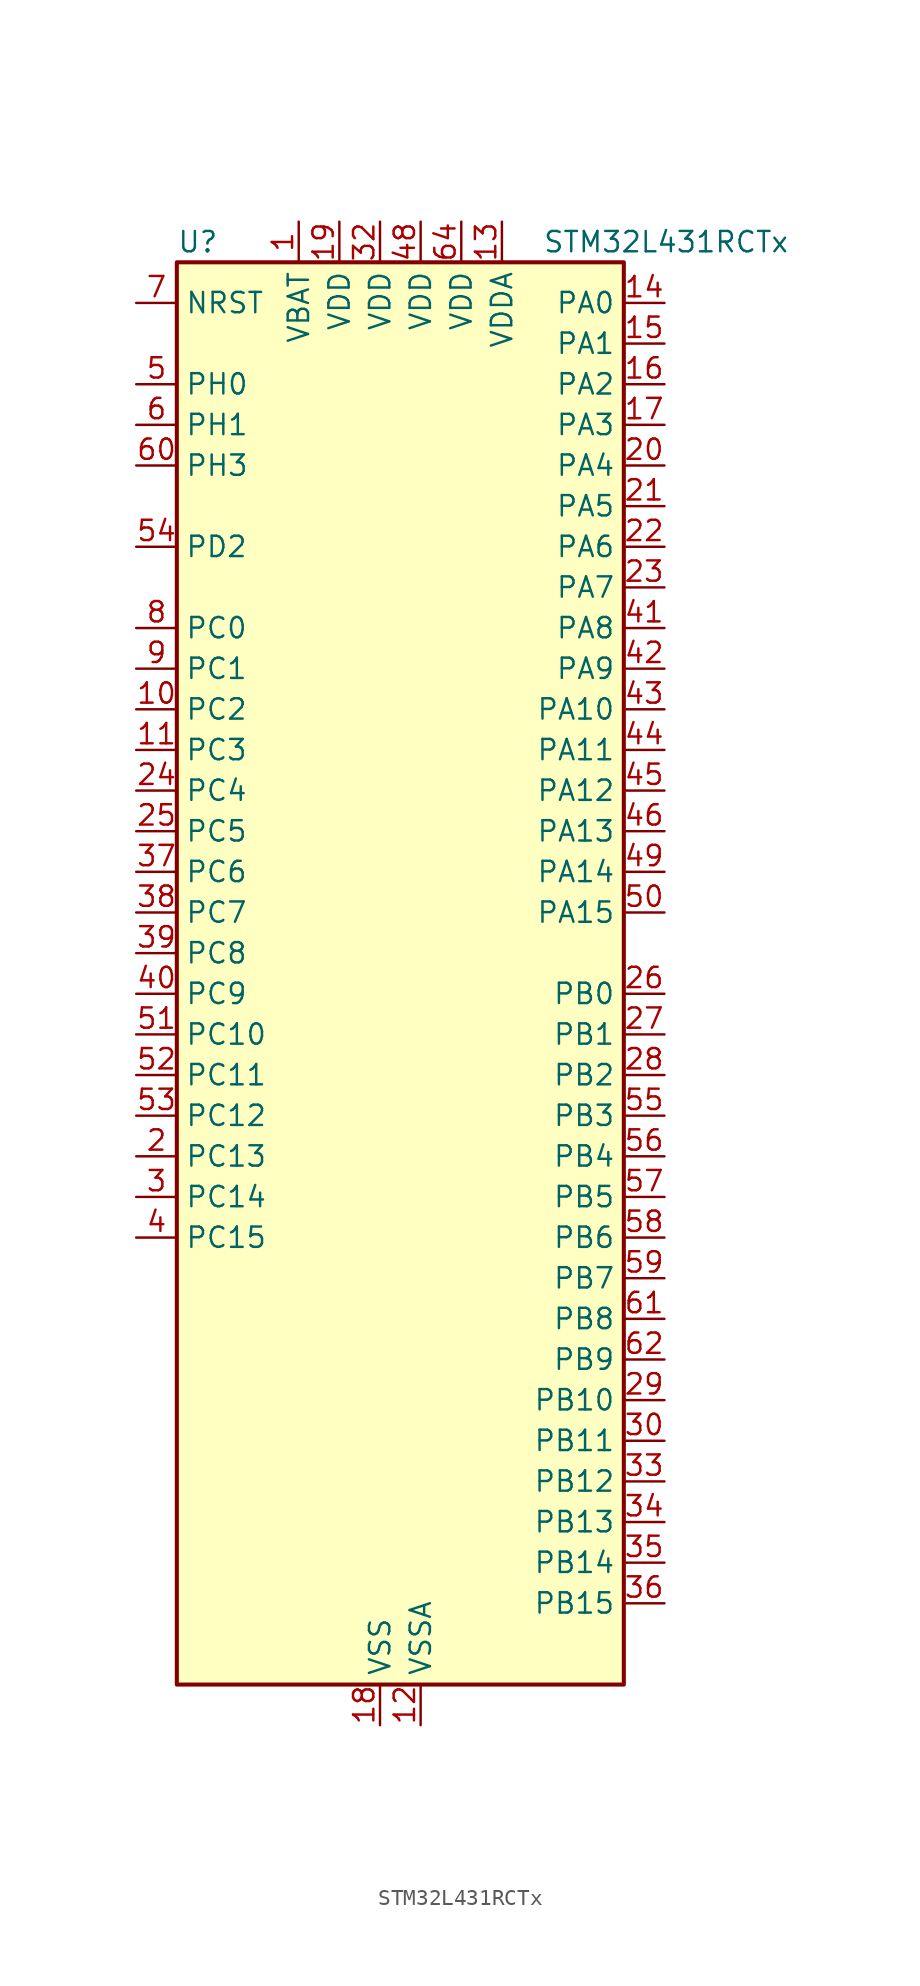
<source format=kicad_sym>
(kicad_symbol_lib
  (version 20220914)
  (generator kicad_symbol_editor)
  (symbol "STM32L431RCTx"
    (property "Reference" "U"
      (at -12.7 46.99 0)
      (effects (font (size 1.27 1.27)) (justify left)))
    (property "Value" "STM32L431RCTx"
      (at 10.16 46.99 0)
      (effects (font (size 1.27 1.27)) (justify left)))
    (property "ki_locked" ""
      (at 0 0 0)
      (effects (font (size 1.27 1.27))))
    (symbol "STM32L431RCTx_0_1"
      (rectangle (start -12.7 -43.18) (end 15.24 45.72) (stroke (width 0.254) (type default)) (fill (type background))))
    (symbol "STM32L431RCTx_1_1"
      (pin power_in line (at -5.08 48.26 270) (length 2.54) (name "VBAT" (effects (font (size 1.27 1.27)))) (number "1" (effects (font (size 1.27 1.27)))))
      (pin bidirectional line (at -15.24 17.78 0) (length 2.54) (name "PC2" (effects (font (size 1.27 1.27)))) (number "10" (effects (font (size 1.27 1.27)))) (alternate "ADC1_IN3" bidirectional line) (alternate "LPTIM1_IN2" bidirectional line) (alternate "SPI2_MISO" bidirectional line))
      (pin bidirectional line (at -15.24 15.24 0) (length 2.54) (name "PC3" (effects (font (size 1.27 1.27)))) (number "11" (effects (font (size 1.27 1.27)))) (alternate "ADC1_IN4" bidirectional line) (alternate "LPTIM1_ETR" bidirectional line) (alternate "LPTIM2_ETR" bidirectional line) (alternate "SAI1_SD_A" bidirectional line) (alternate "SPI2_MOSI" bidirectional line))
      (pin power_in line (at 2.54 -45.72 90) (length 2.54) (name "VSSA" (effects (font (size 1.27 1.27)))) (number "12" (effects (font (size 1.27 1.27)))))
      (pin power_in line (at 7.62 48.26 270) (length 2.54) (name "VDDA" (effects (font (size 1.27 1.27)))) (number "13" (effects (font (size 1.27 1.27)))))
      (pin bidirectional line (at 17.78 43.18 180) (length 2.54) (name "PA0" (effects (font (size 1.27 1.27)))) (number "14" (effects (font (size 1.27 1.27)))) (alternate "ADC1_IN5" bidirectional line) (alternate "COMP1_INM" bidirectional line) (alternate "COMP1_OUT" bidirectional line) (alternate "OPAMP1_VINP" bidirectional line) (alternate "RTC_TAMP2" bidirectional line) (alternate "SAI1_EXTCLK" bidirectional line) (alternate "SYS_WKUP1" bidirectional line) (alternate "TIM2_CH1" bidirectional line) (alternate "TIM2_ETR" bidirectional line) (alternate "USART2_CTS" bidirectional line))
      (pin bidirectional line (at 17.78 40.64 180) (length 2.54) (name "PA1" (effects (font (size 1.27 1.27)))) (number "15" (effects (font (size 1.27 1.27)))) (alternate "ADC1_IN6" bidirectional line) (alternate "COMP1_INP" bidirectional line) (alternate "I2C1_SMBA" bidirectional line) (alternate "OPAMP1_VINM" bidirectional line) (alternate "SPI1_SCK" bidirectional line) (alternate "TIM15_CH1N" bidirectional line) (alternate "TIM2_CH2" bidirectional line) (alternate "USART2_DE" bidirectional line) (alternate "USART2_RTS" bidirectional line))
      (pin bidirectional line (at 17.78 38.1 180) (length 2.54) (name "PA2" (effects (font (size 1.27 1.27)))) (number "16" (effects (font (size 1.27 1.27)))) (alternate "ADC1_IN7" bidirectional line) (alternate "COMP2_INM" bidirectional line) (alternate "COMP2_OUT" bidirectional line) (alternate "LPUART1_TX" bidirectional line) (alternate "QUADSPI_BK1_NCS" bidirectional line) (alternate "RCC_LSCO" bidirectional line) (alternate "SYS_WKUP4" bidirectional line) (alternate "TIM15_CH1" bidirectional line) (alternate "TIM2_CH3" bidirectional line) (alternate "USART2_TX" bidirectional line))
      (pin bidirectional line (at 17.78 35.56 180) (length 2.54) (name "PA3" (effects (font (size 1.27 1.27)))) (number "17" (effects (font (size 1.27 1.27)))) (alternate "ADC1_IN8" bidirectional line) (alternate "COMP2_INP" bidirectional line) (alternate "LPUART1_RX" bidirectional line) (alternate "OPAMP1_VOUT" bidirectional line) (alternate "QUADSPI_CLK" bidirectional line) (alternate "SAI1_MCLK_A" bidirectional line) (alternate "TIM15_CH2" bidirectional line) (alternate "TIM2_CH4" bidirectional line) (alternate "USART2_RX" bidirectional line))
      (pin power_in line (at 0 -45.72 90) (length 2.54) (name "VSS" (effects (font (size 1.27 1.27)))) (number "18" (effects (font (size 1.27 1.27)))))
      (pin power_in line (at -2.54 48.26 270) (length 2.54) (name "VDD" (effects (font (size 1.27 1.27)))) (number "19" (effects (font (size 1.27 1.27)))))
      (pin bidirectional line (at -15.24 -10.16 0) (length 2.54) (name "PC13" (effects (font (size 1.27 1.27)))) (number "2" (effects (font (size 1.27 1.27)))) (alternate "RTC_OUT_ALARM" bidirectional line) (alternate "RTC_OUT_CALIB" bidirectional line) (alternate "RTC_TAMP1" bidirectional line) (alternate "RTC_TS" bidirectional line) (alternate "SYS_WKUP2" bidirectional line))
      (pin bidirectional line (at 17.78 33.02 180) (length 2.54) (name "PA4" (effects (font (size 1.27 1.27)))) (number "20" (effects (font (size 1.27 1.27)))) (alternate "ADC1_IN9" bidirectional line) (alternate "COMP1_INM" bidirectional line) (alternate "COMP2_INM" bidirectional line) (alternate "DAC1_OUT1" bidirectional line) (alternate "LPTIM2_OUT" bidirectional line) (alternate "SAI1_FS_B" bidirectional line) (alternate "SPI1_NSS" bidirectional line) (alternate "SPI3_NSS" bidirectional line) (alternate "USART2_CK" bidirectional line))
      (pin bidirectional line (at 17.78 30.48 180) (length 2.54) (name "PA5" (effects (font (size 1.27 1.27)))) (number "21" (effects (font (size 1.27 1.27)))) (alternate "ADC1_IN10" bidirectional line) (alternate "COMP1_INM" bidirectional line) (alternate "COMP2_INM" bidirectional line) (alternate "DAC1_OUT2" bidirectional line) (alternate "LPTIM2_ETR" bidirectional line) (alternate "SPI1_SCK" bidirectional line) (alternate "TIM2_CH1" bidirectional line) (alternate "TIM2_ETR" bidirectional line))
      (pin bidirectional line (at 17.78 27.94 180) (length 2.54) (name "PA6" (effects (font (size 1.27 1.27)))) (number "22" (effects (font (size 1.27 1.27)))) (alternate "ADC1_IN11" bidirectional line) (alternate "COMP1_OUT" bidirectional line) (alternate "LPUART1_CTS" bidirectional line) (alternate "QUADSPI_BK1_IO3" bidirectional line) (alternate "SPI1_MISO" bidirectional line) (alternate "TIM16_CH1" bidirectional line) (alternate "TIM1_BKIN" bidirectional line) (alternate "TIM1_BKIN_COMP2" bidirectional line) (alternate "USART3_CTS" bidirectional line))
      (pin bidirectional line (at 17.78 25.4 180) (length 2.54) (name "PA7" (effects (font (size 1.27 1.27)))) (number "23" (effects (font (size 1.27 1.27)))) (alternate "ADC1_IN12" bidirectional line) (alternate "COMP2_OUT" bidirectional line) (alternate "I2C3_SCL" bidirectional line) (alternate "QUADSPI_BK1_IO2" bidirectional line) (alternate "SPI1_MOSI" bidirectional line) (alternate "TIM1_CH1N" bidirectional line))
      (pin bidirectional line (at -15.24 12.7 0) (length 2.54) (name "PC4" (effects (font (size 1.27 1.27)))) (number "24" (effects (font (size 1.27 1.27)))) (alternate "ADC1_IN13" bidirectional line) (alternate "COMP1_INM" bidirectional line) (alternate "USART3_TX" bidirectional line))
      (pin bidirectional line (at -15.24 10.16 0) (length 2.54) (name "PC5" (effects (font (size 1.27 1.27)))) (number "25" (effects (font (size 1.27 1.27)))) (alternate "ADC1_IN14" bidirectional line) (alternate "COMP1_INP" bidirectional line) (alternate "SYS_WKUP5" bidirectional line) (alternate "USART3_RX" bidirectional line))
      (pin bidirectional line (at 17.78 0 180) (length 2.54) (name "PB0" (effects (font (size 1.27 1.27)))) (number "26" (effects (font (size 1.27 1.27)))) (alternate "ADC1_IN15" bidirectional line) (alternate "COMP1_OUT" bidirectional line) (alternate "QUADSPI_BK1_IO1" bidirectional line) (alternate "SAI1_EXTCLK" bidirectional line) (alternate "SPI1_NSS" bidirectional line) (alternate "TIM1_CH2N" bidirectional line) (alternate "USART3_CK" bidirectional line))
      (pin bidirectional line (at 17.78 -2.54 180) (length 2.54) (name "PB1" (effects (font (size 1.27 1.27)))) (number "27" (effects (font (size 1.27 1.27)))) (alternate "ADC1_IN16" bidirectional line) (alternate "COMP1_INM" bidirectional line) (alternate "LPTIM2_IN1" bidirectional line) (alternate "LPUART1_DE" bidirectional line) (alternate "LPUART1_RTS" bidirectional line) (alternate "QUADSPI_BK1_IO0" bidirectional line) (alternate "TIM1_CH3N" bidirectional line) (alternate "USART3_DE" bidirectional line) (alternate "USART3_RTS" bidirectional line))
      (pin bidirectional line (at 17.78 -5.08 180) (length 2.54) (name "PB2" (effects (font (size 1.27 1.27)))) (number "28" (effects (font (size 1.27 1.27)))) (alternate "COMP1_INP" bidirectional line) (alternate "I2C3_SMBA" bidirectional line) (alternate "LPTIM1_OUT" bidirectional line) (alternate "RTC_OUT_ALARM" bidirectional line) (alternate "RTC_OUT_CALIB" bidirectional line))
      (pin bidirectional line (at 17.78 -25.4 180) (length 2.54) (name "PB10" (effects (font (size 1.27 1.27)))) (number "29" (effects (font (size 1.27 1.27)))) (alternate "COMP1_OUT" bidirectional line) (alternate "I2C2_SCL" bidirectional line) (alternate "LPUART1_RX" bidirectional line) (alternate "QUADSPI_CLK" bidirectional line) (alternate "SAI1_SCK_A" bidirectional line) (alternate "SPI2_SCK" bidirectional line) (alternate "TIM2_CH3" bidirectional line) (alternate "TSC_SYNC" bidirectional line) (alternate "USART3_TX" bidirectional line))
      (pin bidirectional line (at -15.24 -12.7 0) (length 2.54) (name "PC14" (effects (font (size 1.27 1.27)))) (number "3" (effects (font (size 1.27 1.27)))) (alternate "RCC_OSC32_IN" bidirectional line))
      (pin bidirectional line (at 17.78 -27.94 180) (length 2.54) (name "PB11" (effects (font (size 1.27 1.27)))) (number "30" (effects (font (size 1.27 1.27)))) (alternate "ADC1_EXTI11" bidirectional line) (alternate "COMP2_OUT" bidirectional line) (alternate "I2C2_SDA" bidirectional line) (alternate "LPUART1_TX" bidirectional line) (alternate "QUADSPI_BK1_NCS" bidirectional line) (alternate "TIM2_CH4" bidirectional line) (alternate "USART3_RX" bidirectional line))
      (pin passive line (at 0 -45.72 90) (length 2.54) hide (name "VSS" (effects (font (size 1.27 1.27)))) (number "31" (effects (font (size 1.27 1.27)))))
      (pin power_in line (at 0 48.26 270) (length 2.54) (name "VDD" (effects (font (size 1.27 1.27)))) (number "32" (effects (font (size 1.27 1.27)))))
      (pin bidirectional line (at 17.78 -30.48 180) (length 2.54) (name "PB12" (effects (font (size 1.27 1.27)))) (number "33" (effects (font (size 1.27 1.27)))) (alternate "I2C2_SMBA" bidirectional line) (alternate "LPUART1_DE" bidirectional line) (alternate "LPUART1_RTS" bidirectional line) (alternate "SAI1_FS_A" bidirectional line) (alternate "SPI2_NSS" bidirectional line) (alternate "SWPMI1_IO" bidirectional line) (alternate "TIM15_BKIN" bidirectional line) (alternate "TIM1_BKIN" bidirectional line) (alternate "TIM1_BKIN_COMP2" bidirectional line) (alternate "TSC_G1_IO1" bidirectional line) (alternate "USART3_CK" bidirectional line))
      (pin bidirectional line (at 17.78 -33.02 180) (length 2.54) (name "PB13" (effects (font (size 1.27 1.27)))) (number "34" (effects (font (size 1.27 1.27)))) (alternate "I2C2_SCL" bidirectional line) (alternate "LPUART1_CTS" bidirectional line) (alternate "SAI1_SCK_A" bidirectional line) (alternate "SPI2_SCK" bidirectional line) (alternate "SWPMI1_TX" bidirectional line) (alternate "TIM15_CH1N" bidirectional line) (alternate "TIM1_CH1N" bidirectional line) (alternate "TSC_G1_IO2" bidirectional line) (alternate "USART3_CTS" bidirectional line))
      (pin bidirectional line (at 17.78 -35.56 180) (length 2.54) (name "PB14" (effects (font (size 1.27 1.27)))) (number "35" (effects (font (size 1.27 1.27)))) (alternate "I2C2_SDA" bidirectional line) (alternate "SAI1_MCLK_A" bidirectional line) (alternate "SPI2_MISO" bidirectional line) (alternate "SWPMI1_RX" bidirectional line) (alternate "TIM15_CH1" bidirectional line) (alternate "TIM1_CH2N" bidirectional line) (alternate "TSC_G1_IO3" bidirectional line) (alternate "USART3_DE" bidirectional line) (alternate "USART3_RTS" bidirectional line))
      (pin bidirectional line (at 17.78 -38.1 180) (length 2.54) (name "PB15" (effects (font (size 1.27 1.27)))) (number "36" (effects (font (size 1.27 1.27)))) (alternate "ADC1_EXTI15" bidirectional line) (alternate "RTC_REFIN" bidirectional line) (alternate "SAI1_SD_A" bidirectional line) (alternate "SPI2_MOSI" bidirectional line) (alternate "SWPMI1_SUSPEND" bidirectional line) (alternate "TIM15_CH2" bidirectional line) (alternate "TIM1_CH3N" bidirectional line) (alternate "TSC_G1_IO4" bidirectional line))
      (pin bidirectional line (at -15.24 7.62 0) (length 2.54) (name "PC6" (effects (font (size 1.27 1.27)))) (number "37" (effects (font (size 1.27 1.27)))) (alternate "SDMMC1_D6" bidirectional line) (alternate "TSC_G4_IO1" bidirectional line))
      (pin bidirectional line (at -15.24 5.08 0) (length 2.54) (name "PC7" (effects (font (size 1.27 1.27)))) (number "38" (effects (font (size 1.27 1.27)))) (alternate "SDMMC1_D7" bidirectional line) (alternate "TSC_G4_IO2" bidirectional line))
      (pin bidirectional line (at -15.24 2.54 0) (length 2.54) (name "PC8" (effects (font (size 1.27 1.27)))) (number "39" (effects (font (size 1.27 1.27)))) (alternate "SDMMC1_D0" bidirectional line) (alternate "TSC_G4_IO3" bidirectional line))
      (pin bidirectional line (at -15.24 -15.24 0) (length 2.54) (name "PC15" (effects (font (size 1.27 1.27)))) (number "4" (effects (font (size 1.27 1.27)))) (alternate "ADC1_EXTI15" bidirectional line) (alternate "RCC_OSC32_OUT" bidirectional line))
      (pin bidirectional line (at -15.24 0 0) (length 2.54) (name "PC9" (effects (font (size 1.27 1.27)))) (number "40" (effects (font (size 1.27 1.27)))) (alternate "DAC1_EXTI9" bidirectional line) (alternate "SDMMC1_D1" bidirectional line) (alternate "TSC_G4_IO4" bidirectional line))
      (pin bidirectional line (at 17.78 22.86 180) (length 2.54) (name "PA8" (effects (font (size 1.27 1.27)))) (number "41" (effects (font (size 1.27 1.27)))) (alternate "LPTIM2_OUT" bidirectional line) (alternate "RCC_MCO" bidirectional line) (alternate "SAI1_SCK_A" bidirectional line) (alternate "SWPMI1_IO" bidirectional line) (alternate "TIM1_CH1" bidirectional line) (alternate "USART1_CK" bidirectional line))
      (pin bidirectional line (at 17.78 20.32 180) (length 2.54) (name "PA9" (effects (font (size 1.27 1.27)))) (number "42" (effects (font (size 1.27 1.27)))) (alternate "DAC1_EXTI9" bidirectional line) (alternate "I2C1_SCL" bidirectional line) (alternate "SAI1_FS_A" bidirectional line) (alternate "TIM15_BKIN" bidirectional line) (alternate "TIM1_CH2" bidirectional line) (alternate "USART1_TX" bidirectional line))
      (pin bidirectional line (at 17.78 17.78 180) (length 2.54) (name "PA10" (effects (font (size 1.27 1.27)))) (number "43" (effects (font (size 1.27 1.27)))) (alternate "I2C1_SDA" bidirectional line) (alternate "SAI1_SD_A" bidirectional line) (alternate "TIM1_CH3" bidirectional line) (alternate "USART1_RX" bidirectional line))
      (pin bidirectional line (at 17.78 15.24 180) (length 2.54) (name "PA11" (effects (font (size 1.27 1.27)))) (number "44" (effects (font (size 1.27 1.27)))) (alternate "ADC1_EXTI11" bidirectional line) (alternate "CAN1_RX" bidirectional line) (alternate "COMP1_OUT" bidirectional line) (alternate "SPI1_MISO" bidirectional line) (alternate "TIM1_BKIN2" bidirectional line) (alternate "TIM1_BKIN2_COMP1" bidirectional line) (alternate "TIM1_CH4" bidirectional line) (alternate "USART1_CTS" bidirectional line))
      (pin bidirectional line (at 17.78 12.7 180) (length 2.54) (name "PA12" (effects (font (size 1.27 1.27)))) (number "45" (effects (font (size 1.27 1.27)))) (alternate "CAN1_TX" bidirectional line) (alternate "SPI1_MOSI" bidirectional line) (alternate "TIM1_ETR" bidirectional line) (alternate "USART1_DE" bidirectional line) (alternate "USART1_RTS" bidirectional line))
      (pin bidirectional line (at 17.78 10.16 180) (length 2.54) (name "PA13" (effects (font (size 1.27 1.27)))) (number "46" (effects (font (size 1.27 1.27)))) (alternate "IR_OUT" bidirectional line) (alternate "SAI1_SD_B" bidirectional line) (alternate "SWPMI1_TX" bidirectional line) (alternate "SYS_JTMS-SWDIO" bidirectional line))
      (pin passive line (at 0 -45.72 90) (length 2.54) hide (name "VSS" (effects (font (size 1.27 1.27)))) (number "47" (effects (font (size 1.27 1.27)))))
      (pin power_in line (at 2.54 48.26 270) (length 2.54) (name "VDD" (effects (font (size 1.27 1.27)))) (number "48" (effects (font (size 1.27 1.27)))))
      (pin bidirectional line (at 17.78 7.62 180) (length 2.54) (name "PA14" (effects (font (size 1.27 1.27)))) (number "49" (effects (font (size 1.27 1.27)))) (alternate "I2C1_SMBA" bidirectional line) (alternate "LPTIM1_OUT" bidirectional line) (alternate "SAI1_FS_B" bidirectional line) (alternate "SWPMI1_RX" bidirectional line) (alternate "SYS_JTCK-SWCLK" bidirectional line))
      (pin bidirectional line (at -15.24 38.1 0) (length 2.54) (name "PH0" (effects (font (size 1.27 1.27)))) (number "5" (effects (font (size 1.27 1.27)))) (alternate "RCC_OSC_IN" bidirectional line))
      (pin bidirectional line (at 17.78 5.08 180) (length 2.54) (name "PA15" (effects (font (size 1.27 1.27)))) (number "50" (effects (font (size 1.27 1.27)))) (alternate "ADC1_EXTI15" bidirectional line) (alternate "SPI1_NSS" bidirectional line) (alternate "SPI3_NSS" bidirectional line) (alternate "SWPMI1_SUSPEND" bidirectional line) (alternate "SYS_JTDI" bidirectional line) (alternate "TIM2_CH1" bidirectional line) (alternate "TIM2_ETR" bidirectional line) (alternate "TSC_G3_IO1" bidirectional line) (alternate "USART2_RX" bidirectional line) (alternate "USART3_DE" bidirectional line) (alternate "USART3_RTS" bidirectional line))
      (pin bidirectional line (at -15.24 -2.54 0) (length 2.54) (name "PC10" (effects (font (size 1.27 1.27)))) (number "51" (effects (font (size 1.27 1.27)))) (alternate "SDMMC1_D2" bidirectional line) (alternate "SPI3_SCK" bidirectional line) (alternate "TSC_G3_IO2" bidirectional line) (alternate "USART3_TX" bidirectional line))
      (pin bidirectional line (at -15.24 -5.08 0) (length 2.54) (name "PC11" (effects (font (size 1.27 1.27)))) (number "52" (effects (font (size 1.27 1.27)))) (alternate "ADC1_EXTI11" bidirectional line) (alternate "SDMMC1_D3" bidirectional line) (alternate "SPI3_MISO" bidirectional line) (alternate "TSC_G3_IO3" bidirectional line) (alternate "USART3_RX" bidirectional line))
      (pin bidirectional line (at -15.24 -7.62 0) (length 2.54) (name "PC12" (effects (font (size 1.27 1.27)))) (number "53" (effects (font (size 1.27 1.27)))) (alternate "SDMMC1_CK" bidirectional line) (alternate "SPI3_MOSI" bidirectional line) (alternate "TSC_G3_IO4" bidirectional line) (alternate "USART3_CK" bidirectional line))
      (pin bidirectional line (at -15.24 27.94 0) (length 2.54) (name "PD2" (effects (font (size 1.27 1.27)))) (number "54" (effects (font (size 1.27 1.27)))) (alternate "SDMMC1_CMD" bidirectional line) (alternate "TSC_SYNC" bidirectional line) (alternate "USART3_DE" bidirectional line) (alternate "USART3_RTS" bidirectional line))
      (pin bidirectional line (at 17.78 -7.62 180) (length 2.54) (name "PB3" (effects (font (size 1.27 1.27)))) (number "55" (effects (font (size 1.27 1.27)))) (alternate "COMP2_INM" bidirectional line) (alternate "SAI1_SCK_B" bidirectional line) (alternate "SPI1_SCK" bidirectional line) (alternate "SPI3_SCK" bidirectional line) (alternate "SYS_JTDO-SWO" bidirectional line) (alternate "TIM2_CH2" bidirectional line) (alternate "USART1_DE" bidirectional line) (alternate "USART1_RTS" bidirectional line))
      (pin bidirectional line (at 17.78 -10.16 180) (length 2.54) (name "PB4" (effects (font (size 1.27 1.27)))) (number "56" (effects (font (size 1.27 1.27)))) (alternate "COMP2_INP" bidirectional line) (alternate "I2C3_SDA" bidirectional line) (alternate "SAI1_MCLK_B" bidirectional line) (alternate "SPI1_MISO" bidirectional line) (alternate "SPI3_MISO" bidirectional line) (alternate "SYS_JTRST" bidirectional line) (alternate "TSC_G2_IO1" bidirectional line) (alternate "USART1_CTS" bidirectional line))
      (pin bidirectional line (at 17.78 -12.7 180) (length 2.54) (name "PB5" (effects (font (size 1.27 1.27)))) (number "57" (effects (font (size 1.27 1.27)))) (alternate "COMP2_OUT" bidirectional line) (alternate "I2C1_SMBA" bidirectional line) (alternate "LPTIM1_IN1" bidirectional line) (alternate "SAI1_SD_B" bidirectional line) (alternate "SPI1_MOSI" bidirectional line) (alternate "SPI3_MOSI" bidirectional line) (alternate "TIM16_BKIN" bidirectional line) (alternate "TSC_G2_IO2" bidirectional line) (alternate "USART1_CK" bidirectional line))
      (pin bidirectional line (at 17.78 -15.24 180) (length 2.54) (name "PB6" (effects (font (size 1.27 1.27)))) (number "58" (effects (font (size 1.27 1.27)))) (alternate "COMP2_INP" bidirectional line) (alternate "I2C1_SCL" bidirectional line) (alternate "LPTIM1_ETR" bidirectional line) (alternate "SAI1_FS_B" bidirectional line) (alternate "TIM16_CH1N" bidirectional line) (alternate "TSC_G2_IO3" bidirectional line) (alternate "USART1_TX" bidirectional line))
      (pin bidirectional line (at 17.78 -17.78 180) (length 2.54) (name "PB7" (effects (font (size 1.27 1.27)))) (number "59" (effects (font (size 1.27 1.27)))) (alternate "COMP2_INM" bidirectional line) (alternate "I2C1_SDA" bidirectional line) (alternate "LPTIM1_IN2" bidirectional line) (alternate "SYS_PVD_IN" bidirectional line) (alternate "TSC_G2_IO4" bidirectional line) (alternate "USART1_RX" bidirectional line))
      (pin bidirectional line (at -15.24 35.56 0) (length 2.54) (name "PH1" (effects (font (size 1.27 1.27)))) (number "6" (effects (font (size 1.27 1.27)))) (alternate "RCC_OSC_OUT" bidirectional line))
      (pin bidirectional line (at -15.24 33.02 0) (length 2.54) (name "PH3" (effects (font (size 1.27 1.27)))) (number "60" (effects (font (size 1.27 1.27)))))
      (pin bidirectional line (at 17.78 -20.32 180) (length 2.54) (name "PB8" (effects (font (size 1.27 1.27)))) (number "61" (effects (font (size 1.27 1.27)))) (alternate "CAN1_RX" bidirectional line) (alternate "I2C1_SCL" bidirectional line) (alternate "SAI1_MCLK_A" bidirectional line) (alternate "SDMMC1_D4" bidirectional line) (alternate "TIM16_CH1" bidirectional line))
      (pin bidirectional line (at 17.78 -22.86 180) (length 2.54) (name "PB9" (effects (font (size 1.27 1.27)))) (number "62" (effects (font (size 1.27 1.27)))) (alternate "CAN1_TX" bidirectional line) (alternate "DAC1_EXTI9" bidirectional line) (alternate "I2C1_SDA" bidirectional line) (alternate "IR_OUT" bidirectional line) (alternate "SAI1_FS_A" bidirectional line) (alternate "SDMMC1_D5" bidirectional line) (alternate "SPI2_NSS" bidirectional line))
      (pin passive line (at 0 -45.72 90) (length 2.54) hide (name "VSS" (effects (font (size 1.27 1.27)))) (number "63" (effects (font (size 1.27 1.27)))))
      (pin power_in line (at 5.08 48.26 270) (length 2.54) (name "VDD" (effects (font (size 1.27 1.27)))) (number "64" (effects (font (size 1.27 1.27)))))
      (pin input line (at -15.24 43.18 0) (length 2.54) (name "NRST" (effects (font (size 1.27 1.27)))) (number "7" (effects (font (size 1.27 1.27)))))
      (pin bidirectional line (at -15.24 22.86 0) (length 2.54) (name "PC0" (effects (font (size 1.27 1.27)))) (number "8" (effects (font (size 1.27 1.27)))) (alternate "ADC1_IN1" bidirectional line) (alternate "I2C3_SCL" bidirectional line) (alternate "LPTIM1_IN1" bidirectional line) (alternate "LPTIM2_IN1" bidirectional line) (alternate "LPUART1_RX" bidirectional line))
      (pin bidirectional line (at -15.24 20.32 0) (length 2.54) (name "PC1" (effects (font (size 1.27 1.27)))) (number "9" (effects (font (size 1.27 1.27)))) (alternate "ADC1_IN2" bidirectional line) (alternate "I2C3_SDA" bidirectional line) (alternate "LPTIM1_OUT" bidirectional line) (alternate "LPUART1_TX" bidirectional line)))))
</source>
